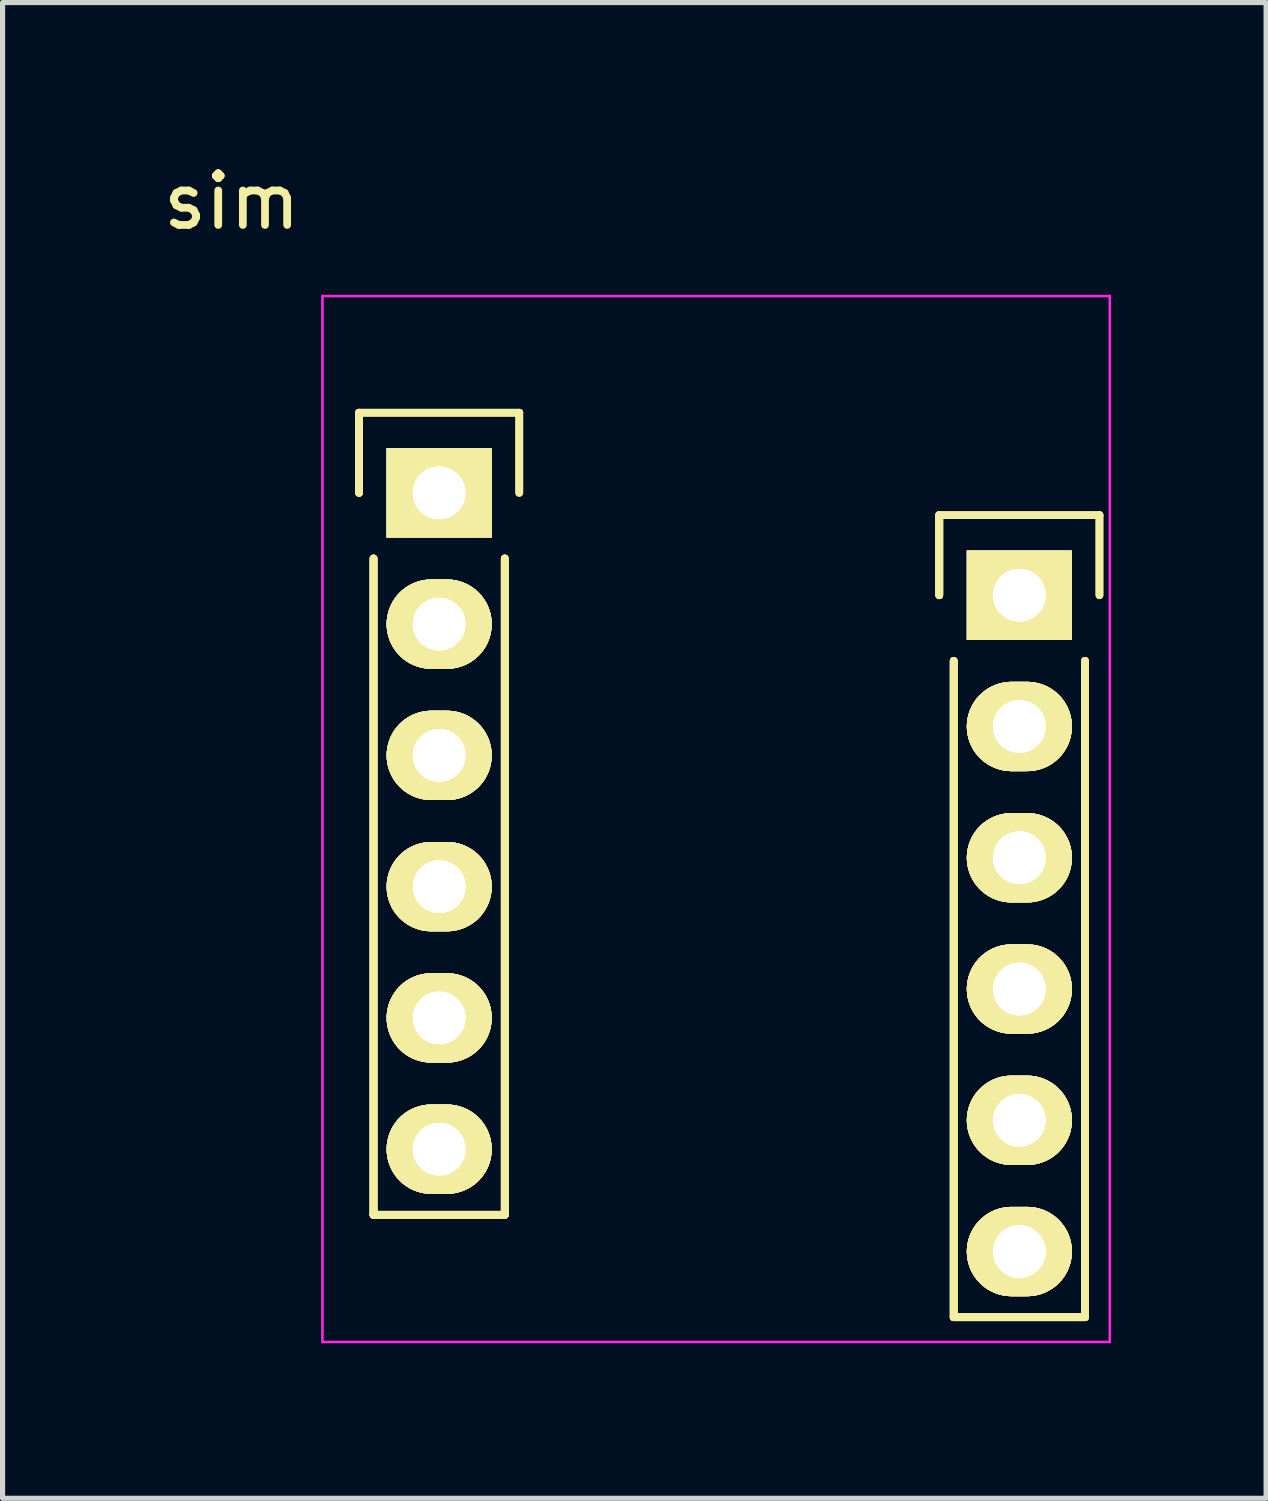
<source format=kicad_pcb>
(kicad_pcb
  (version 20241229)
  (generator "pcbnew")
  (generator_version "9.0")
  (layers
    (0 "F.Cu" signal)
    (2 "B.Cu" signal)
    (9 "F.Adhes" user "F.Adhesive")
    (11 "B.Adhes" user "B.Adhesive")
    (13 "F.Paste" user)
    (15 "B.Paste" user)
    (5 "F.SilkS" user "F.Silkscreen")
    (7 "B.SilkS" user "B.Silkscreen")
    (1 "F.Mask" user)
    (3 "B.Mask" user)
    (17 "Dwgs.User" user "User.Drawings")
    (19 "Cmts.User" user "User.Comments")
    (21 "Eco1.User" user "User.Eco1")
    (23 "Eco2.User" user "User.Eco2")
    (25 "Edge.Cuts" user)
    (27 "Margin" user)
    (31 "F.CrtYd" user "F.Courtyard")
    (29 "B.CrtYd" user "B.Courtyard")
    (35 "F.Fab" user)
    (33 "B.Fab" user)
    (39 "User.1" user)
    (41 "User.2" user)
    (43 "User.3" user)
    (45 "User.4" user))
  (footprint "sim"
    (layer "F.Cu")
    (at 16.675 8.468)
    (property "Reference" "sim" (at -15.24 -7.62 0) (layer "F.SilkS") (effects (font (size 1 1) (thickness 0.15))))
    (attr through_hole)
    (fp_line (start -12.777 -3.531) (end -9.677 -3.531) (stroke (width 0.15) (type solid)) (layer "F.SilkS"))
    (fp_line (start -12.777 -3.531) (end -9.677 -3.531) (stroke (width 0.15) (type solid)) (layer "F.SilkS"))
    (fp_line (start -12.777 -1.981) (end -12.777 -3.531) (stroke (width 0.15) (type solid)) (layer "F.SilkS"))
    (fp_line (start -12.777 -1.981) (end -12.777 -3.531) (stroke (width 0.15) (type solid)) (layer "F.SilkS"))
    (fp_line (start -12.777 -1.981) (end -12.777 -3.531) (stroke (width 0.15) (type solid)) (layer "F.SilkS"))
    (fp_line (start -12.777 -1.981) (end -12.777 -3.531) (stroke (width 0.15) (type solid)) (layer "F.SilkS"))
    (fp_line (start -12.497 11.989) (end -12.497 -0.711) (stroke (width 0.15) (type solid)) (layer "F.SilkS"))
    (fp_line (start -12.497 11.989) (end -12.497 -0.711) (stroke (width 0.15) (type solid)) (layer "F.SilkS"))
    (fp_line (start -12.497 11.989) (end -12.497 -0.711) (stroke (width 0.15) (type solid)) (layer "F.SilkS"))
    (fp_line (start -12.497 11.989) (end -12.497 -0.711) (stroke (width 0.15) (type solid)) (layer "F.SilkS"))
    (fp_line (start -9.957 -0.711) (end -9.957 11.989) (stroke (width 0.15) (type solid)) (layer "F.SilkS"))
    (fp_line (start -9.957 -0.711) (end -9.957 11.989) (stroke (width 0.15) (type solid)) (layer "F.SilkS"))
    (fp_line (start -9.957 -0.711) (end -9.957 11.989) (stroke (width 0.15) (type solid)) (layer "F.SilkS"))
    (fp_line (start -9.957 -0.711) (end -9.957 11.989) (stroke (width 0.15) (type solid)) (layer "F.SilkS"))
    (fp_line (start -9.957 11.989) (end -12.497 11.989) (stroke (width 0.15) (type solid)) (layer "F.SilkS"))
    (fp_line (start -9.957 11.989) (end -12.497 11.989) (stroke (width 0.15) (type solid)) (layer "F.SilkS"))
    (fp_line (start -9.957 11.989) (end -12.497 11.989) (stroke (width 0.15) (type solid)) (layer "F.SilkS"))
    (fp_line (start -9.957 11.989) (end -12.497 11.989) (stroke (width 0.15) (type solid)) (layer "F.SilkS"))
    (fp_line (start -9.677 -3.531) (end -9.677 -1.981) (stroke (width 0.15) (type solid)) (layer "F.SilkS"))
    (fp_line (start -9.677 -3.531) (end -9.677 -1.981) (stroke (width 0.15) (type solid)) (layer "F.SilkS"))
    (fp_line (start -1.55 -1.55) (end 1.55 -1.55) (stroke (width 0.15) (type solid)) (layer "F.SilkS"))
    (fp_line (start -1.55 -1.55) (end 1.55 -1.55) (stroke (width 0.15) (type solid)) (layer "F.SilkS"))
    (fp_line (start -1.55 0) (end -1.55 -1.55) (stroke (width 0.15) (type solid)) (layer "F.SilkS"))
    (fp_line (start -1.55 0) (end -1.55 -1.55) (stroke (width 0.15) (type solid)) (layer "F.SilkS"))
    (fp_line (start -1.55 0) (end -1.55 -1.55) (stroke (width 0.15) (type solid)) (layer "F.SilkS"))
    (fp_line (start -1.55 0) (end -1.55 -1.55) (stroke (width 0.15) (type solid)) (layer "F.SilkS"))
    (fp_line (start -1.27 13.97) (end -1.27 1.27) (stroke (width 0.15) (type solid)) (layer "F.SilkS"))
    (fp_line (start -1.27 13.97) (end -1.27 1.27) (stroke (width 0.15) (type solid)) (layer "F.SilkS"))
    (fp_line (start -1.27 13.97) (end -1.27 1.27) (stroke (width 0.15) (type solid)) (layer "F.SilkS"))
    (fp_line (start -1.27 13.97) (end -1.27 1.27) (stroke (width 0.15) (type solid)) (layer "F.SilkS"))
    (fp_line (start 1.27 1.27) (end 1.27 13.97) (stroke (width 0.15) (type solid)) (layer "F.SilkS"))
    (fp_line (start 1.27 1.27) (end 1.27 13.97) (stroke (width 0.15) (type solid)) (layer "F.SilkS"))
    (fp_line (start 1.27 1.27) (end 1.27 13.97) (stroke (width 0.15) (type solid)) (layer "F.SilkS"))
    (fp_line (start 1.27 1.27) (end 1.27 13.97) (stroke (width 0.15) (type solid)) (layer "F.SilkS"))
    (fp_line (start 1.27 13.97) (end -1.27 13.97) (stroke (width 0.15) (type solid)) (layer "F.SilkS"))
    (fp_line (start 1.27 13.97) (end -1.27 13.97) (stroke (width 0.15) (type solid)) (layer "F.SilkS"))
    (fp_line (start 1.27 13.97) (end -1.27 13.97) (stroke (width 0.15) (type solid)) (layer "F.SilkS"))
    (fp_line (start 1.27 13.97) (end -1.27 13.97) (stroke (width 0.15) (type solid)) (layer "F.SilkS"))
    (fp_line (start 1.55 -1.55) (end 1.55 0) (stroke (width 0.15) (type solid)) (layer "F.SilkS"))
    (fp_line (start 1.55 -1.55) (end 1.55 0) (stroke (width 0.15) (type solid)) (layer "F.SilkS"))
    (fp_line (start -13.485 -5.79) (end -13.485 14.45) (stroke (width 0.05) (type solid)) (layer "F.CrtYd"))
    (fp_line (start -13.482 -5.789) (end 1.75 -5.789) (stroke (width 0.05) (type solid)) (layer "F.CrtYd"))
    (fp_line (start -13.482 14.45) (end 1.75 14.45) (stroke (width 0.05) (type solid)) (layer "F.CrtYd"))
    (fp_line (start 1.75 -5.79) (end 1.75 14.45) (stroke (width 0.05) (type solid)) (layer "F.CrtYd"))
    (pad "1" thru_hole rect (at -11.227 -1.981) (size 2.032 1.727) (drill 1.016) (layers "*.Cu" "*.Mask" "F.SilkS"))
    (pad "1" thru_hole rect (at -11.227 -1.981) (size 2.032 1.727) (drill 1.016) (layers "*.Cu" "*.Mask" "F.SilkS"))
    (pad "1" thru_hole rect (at -11.227 -1.981) (size 2.032 1.727) (drill 1.016) (layers "*.Cu" "*.Mask" "F.SilkS"))
    (pad "1" thru_hole rect (at -11.227 -1.981) (size 2.032 1.727) (drill 1.016) (layers "*.Cu" "*.Mask" "F.SilkS"))
    (pad "2" thru_hole oval (at -11.227 0.559) (size 2.032 1.727) (drill 1.016) (layers "*.Cu" "*.Mask" "F.SilkS"))
    (pad "2" thru_hole oval (at -11.227 0.559) (size 2.032 1.727) (drill 1.016) (layers "*.Cu" "*.Mask" "F.SilkS"))
    (pad "2" thru_hole oval (at -11.227 0.559) (size 2.032 1.727) (drill 1.016) (layers "*.Cu" "*.Mask" "F.SilkS"))
    (pad "2" thru_hole oval (at -11.227 0.559) (size 2.032 1.727) (drill 1.016) (layers "*.Cu" "*.Mask" "F.SilkS"))
    (pad "3" thru_hole oval (at -11.227 3.099) (size 2.032 1.727) (drill 1.016) (layers "*.Cu" "*.Mask" "F.SilkS"))
    (pad "3" thru_hole oval (at -11.227 3.099) (size 2.032 1.727) (drill 1.016) (layers "*.Cu" "*.Mask" "F.SilkS"))
    (pad "3" thru_hole oval (at -11.227 3.099) (size 2.032 1.727) (drill 1.016) (layers "*.Cu" "*.Mask" "F.SilkS"))
    (pad "3" thru_hole oval (at -11.227 3.099) (size 2.032 1.727) (drill 1.016) (layers "*.Cu" "*.Mask" "F.SilkS"))
    (pad "4" thru_hole oval (at -11.227 5.639) (size 2.032 1.727) (drill 1.016) (layers "*.Cu" "*.Mask" "F.SilkS"))
    (pad "4" thru_hole oval (at -11.227 5.639) (size 2.032 1.727) (drill 1.016) (layers "*.Cu" "*.Mask" "F.SilkS"))
    (pad "4" thru_hole oval (at -11.227 5.639) (size 2.032 1.727) (drill 1.016) (layers "*.Cu" "*.Mask" "F.SilkS"))
    (pad "4" thru_hole oval (at -11.227 5.639) (size 2.032 1.727) (drill 1.016) (layers "*.Cu" "*.Mask" "F.SilkS"))
    (pad "5" thru_hole oval (at -11.227 8.179) (size 2.032 1.727) (drill 1.016) (layers "*.Cu" "*.Mask" "F.SilkS"))
    (pad "5" thru_hole oval (at -11.227 8.179) (size 2.032 1.727) (drill 1.016) (layers "*.Cu" "*.Mask" "F.SilkS"))
    (pad "5" thru_hole oval (at -11.227 8.179) (size 2.032 1.727) (drill 1.016) (layers "*.Cu" "*.Mask" "F.SilkS"))
    (pad "5" thru_hole oval (at -11.227 8.179) (size 2.032 1.727) (drill 1.016) (layers "*.Cu" "*.Mask" "F.SilkS"))
    (pad "6" thru_hole oval (at -11.227 10.719) (size 2.032 1.727) (drill 1.016) (layers "*.Cu" "*.Mask" "F.SilkS"))
    (pad "6" thru_hole oval (at -11.227 10.719) (size 2.032 1.727) (drill 1.016) (layers "*.Cu" "*.Mask" "F.SilkS"))
    (pad "6" thru_hole oval (at -11.227 10.719) (size 2.032 1.727) (drill 1.016) (layers "*.Cu" "*.Mask" "F.SilkS"))
    (pad "6" thru_hole oval (at -11.227 10.719) (size 2.032 1.727) (drill 1.016) (layers "*.Cu" "*.Mask" "F.SilkS"))
    (pad "7" thru_hole rect (at 0 0) (size 2.032 1.727) (drill 1.016) (layers "*.Cu" "*.Mask" "F.SilkS"))
    (pad "7" thru_hole rect (at 0 0) (size 2.032 1.727) (drill 1.016) (layers "*.Cu" "*.Mask" "F.SilkS"))
    (pad "7" thru_hole rect (at 0 0) (size 2.032 1.727) (drill 1.016) (layers "*.Cu" "*.Mask" "F.SilkS"))
    (pad "7" thru_hole rect (at 0 0) (size 2.032 1.727) (drill 1.016) (layers "*.Cu" "*.Mask" "F.SilkS"))
    (pad "8" thru_hole oval (at 0 2.54) (size 2.032 1.727) (drill 1.016) (layers "*.Cu" "*.Mask" "F.SilkS"))
    (pad "8" thru_hole oval (at 0 2.54) (size 2.032 1.727) (drill 1.016) (layers "*.Cu" "*.Mask" "F.SilkS"))
    (pad "8" thru_hole oval (at 0 2.54) (size 2.032 1.727) (drill 1.016) (layers "*.Cu" "*.Mask" "F.SilkS"))
    (pad "8" thru_hole oval (at 0 2.54) (size 2.032 1.727) (drill 1.016) (layers "*.Cu" "*.Mask" "F.SilkS"))
    (pad "9" thru_hole oval (at 0 5.08) (size 2.032 1.727) (drill 1.016) (layers "*.Cu" "*.Mask" "F.SilkS"))
    (pad "9" thru_hole oval (at 0 5.08) (size 2.032 1.727) (drill 1.016) (layers "*.Cu" "*.Mask" "F.SilkS"))
    (pad "9" thru_hole oval (at 0 5.08) (size 2.032 1.727) (drill 1.016) (layers "*.Cu" "*.Mask" "F.SilkS"))
    (pad "9" thru_hole oval (at 0 5.08) (size 2.032 1.727) (drill 1.016) (layers "*.Cu" "*.Mask" "F.SilkS"))
    (pad "10" thru_hole oval (at 0 7.62) (size 2.032 1.727) (drill 1.016) (layers "*.Cu" "*.Mask" "F.SilkS"))
    (pad "10" thru_hole oval (at 0 7.62) (size 2.032 1.727) (drill 1.016) (layers "*.Cu" "*.Mask" "F.SilkS"))
    (pad "10" thru_hole oval (at 0 7.62) (size 2.032 1.727) (drill 1.016) (layers "*.Cu" "*.Mask" "F.SilkS"))
    (pad "10" thru_hole oval (at 0 7.62) (size 2.032 1.727) (drill 1.016) (layers "*.Cu" "*.Mask" "F.SilkS"))
    (pad "11" thru_hole oval (at 0 10.16) (size 2.032 1.727) (drill 1.016) (layers "*.Cu" "*.Mask" "F.SilkS"))
    (pad "11" thru_hole oval (at 0 10.16) (size 2.032 1.727) (drill 1.016) (layers "*.Cu" "*.Mask" "F.SilkS"))
    (pad "11" thru_hole oval (at 0 10.16) (size 2.032 1.727) (drill 1.016) (layers "*.Cu" "*.Mask" "F.SilkS"))
    (pad "11" thru_hole oval (at 0 10.16) (size 2.032 1.727) (drill 1.016) (layers "*.Cu" "*.Mask" "F.SilkS"))
    (pad "12" thru_hole oval (at 0 12.7) (size 2.032 1.727) (drill 1.016) (layers "*.Cu" "*.Mask" "F.SilkS"))
    (pad "12" thru_hole oval (at 0 12.7) (size 2.032 1.727) (drill 1.016) (layers "*.Cu" "*.Mask" "F.SilkS"))
    (pad "12" thru_hole oval (at 0 12.7) (size 2.032 1.727) (drill 1.016) (layers "*.Cu" "*.Mask" "F.SilkS"))
    (pad "12" thru_hole oval (at 0 12.7) (size 2.032 1.727) (drill 1.016) (layers "*.Cu" "*.Mask" "F.SilkS")))
  (gr_rect
    (start -3 -3)
    (end 21.45 25.943)
    (stroke (width 0.1) (type default))
    (fill no)
    (layer "Edge.Cuts")))
</source>
